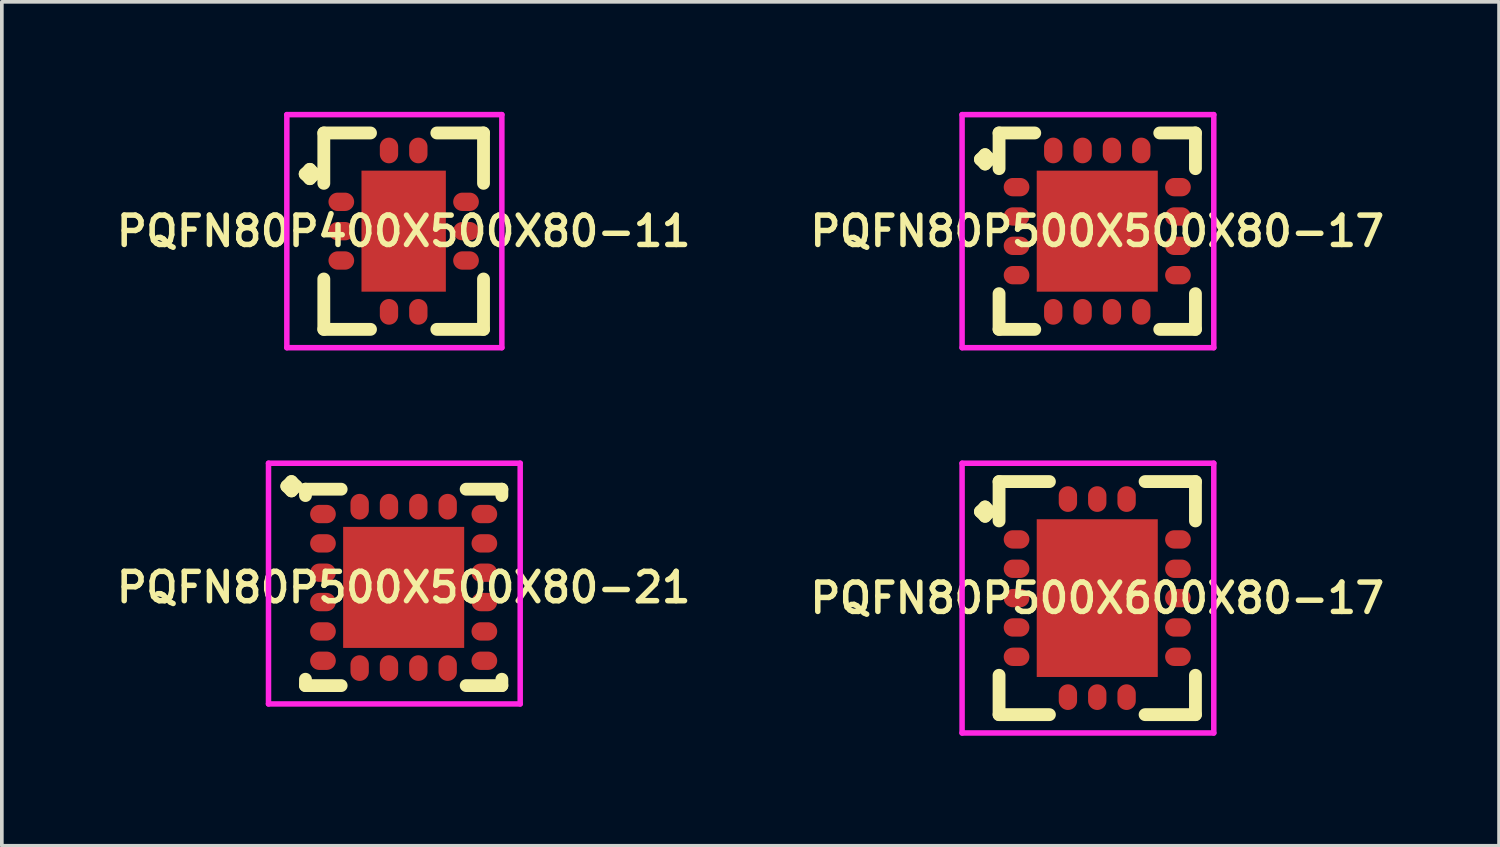
<source format=kicad_pcb>
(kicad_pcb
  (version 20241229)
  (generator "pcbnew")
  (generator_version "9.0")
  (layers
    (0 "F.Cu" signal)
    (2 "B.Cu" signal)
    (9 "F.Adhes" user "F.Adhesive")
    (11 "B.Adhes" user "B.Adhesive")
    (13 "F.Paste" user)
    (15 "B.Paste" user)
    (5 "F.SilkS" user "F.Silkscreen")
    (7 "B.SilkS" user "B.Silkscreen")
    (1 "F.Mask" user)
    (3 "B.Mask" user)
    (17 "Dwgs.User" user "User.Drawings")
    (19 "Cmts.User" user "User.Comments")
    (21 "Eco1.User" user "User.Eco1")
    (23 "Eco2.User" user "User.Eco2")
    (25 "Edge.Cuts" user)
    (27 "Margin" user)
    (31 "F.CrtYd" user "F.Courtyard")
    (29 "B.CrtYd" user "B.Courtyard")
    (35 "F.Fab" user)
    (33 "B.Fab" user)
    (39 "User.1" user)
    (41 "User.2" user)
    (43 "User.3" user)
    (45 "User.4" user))
  (footprint "PQFN80P400X500X80-11"
    (layer "F.Cu")
    (at 7.955 3.252)
    (property "Reference" "PQFN80P400X500X80-11" (at 0 0 0) (layer "F.SilkS") (effects (font (size 0.8 0.8) (thickness 0.15))))
    (attr smd)
    (fp_line (start -2.685 -1.558) (end -2.558 -1.685) (stroke (width 0.35) (type solid)) (layer "F.SilkS"))
    (fp_line (start -2.558 -1.685) (end -2.431 -1.558) (stroke (width 0.35) (type solid)) (layer "F.SilkS"))
    (fp_line (start -2.558 -1.431) (end -2.685 -1.558) (stroke (width 0.35) (type solid)) (layer "F.SilkS"))
    (fp_line (start -2.431 -1.558) (end -2.558 -1.431) (stroke (width 0.35) (type solid)) (layer "F.SilkS"))
    (fp_line (start -2.177 -2.677) (end -0.904 -2.677) (stroke (width 0.35) (type solid)) (layer "F.SilkS"))
    (fp_line (start -2.177 -1.304) (end -2.177 -2.677) (stroke (width 0.35) (type solid)) (layer "F.SilkS"))
    (fp_line (start -2.177 1.304) (end -2.177 2.677) (stroke (width 0.35) (type solid)) (layer "F.SilkS"))
    (fp_line (start -2.177 2.677) (end -0.904 2.677) (stroke (width 0.35) (type solid)) (layer "F.SilkS"))
    (fp_line (start 0.904 -2.677) (end 2.177 -2.677) (stroke (width 0.35) (type solid)) (layer "F.SilkS"))
    (fp_line (start 0.904 2.677) (end 2.177 2.677) (stroke (width 0.35) (type solid)) (layer "F.SilkS"))
    (fp_line (start 2.177 -2.677) (end 2.177 -1.304) (stroke (width 0.35) (type solid)) (layer "F.SilkS"))
    (fp_line (start 2.177 2.677) (end 2.177 1.304) (stroke (width 0.35) (type solid)) (layer "F.SilkS"))
    (fp_line (start -3.185 -3.177) (end 2.677 -3.177) (stroke (width 0.15) (type solid)) (layer "F.CrtYd"))
    (fp_line (start -3.185 3.177) (end -3.185 -3.177) (stroke (width 0.15) (type solid)) (layer "F.CrtYd"))
    (fp_line (start 2.677 -3.177) (end 2.677 3.177) (stroke (width 0.15) (type solid)) (layer "F.CrtYd"))
    (fp_line (start 2.677 3.177) (end -3.185 3.177) (stroke (width 0.15) (type solid)) (layer "F.CrtYd"))
    (pad "1" smd oval (at -1.7 -0.8) (size 0.7 0.5) (layers "F.Cu" "F.Mask" "F.Paste"))
    (pad "2" smd oval (at -1.7 0) (size 0.7 0.5) (layers "F.Cu" "F.Mask" "F.Paste"))
    (pad "3" smd oval (at -1.7 0.8) (size 0.7 0.5) (layers "F.Cu" "F.Mask" "F.Paste"))
    (pad "4" smd oval (at -0.4 2.2) (size 0.5 0.7) (layers "F.Cu" "F.Mask" "F.Paste"))
    (pad "5" smd oval (at 0.4 2.2) (size 0.5 0.7) (layers "F.Cu" "F.Mask" "F.Paste"))
    (pad "6" smd oval (at 1.7 0.8) (size 0.7 0.5) (layers "F.Cu" "F.Mask" "F.Paste"))
    (pad "7" smd oval (at 1.7 0) (size 0.7 0.5) (layers "F.Cu" "F.Mask" "F.Paste"))
    (pad "8" smd oval (at 1.7 -0.8) (size 0.7 0.5) (layers "F.Cu" "F.Mask" "F.Paste"))
    (pad "9" smd oval (at 0.4 -2.2) (size 0.5 0.7) (layers "F.Cu" "F.Mask" "F.Paste"))
    (pad "10" smd oval (at -0.4 -2.2) (size 0.5 0.7) (layers "F.Cu" "F.Mask" "F.Paste"))
    (pad "11" smd rect (at 0 0) (size 2.3 3.3) (layers "F.Cu" "F.Mask" "F.Paste")))
  (footprint "PQFN80P500X600X80-17"
    (layer "F.Cu")
    (at 26.864 13.256)
    (property "Reference" "PQFN80P500X600X80-17" (at 0 0 0) (layer "F.SilkS") (effects (font (size 0.8 0.8) (thickness 0.15))))
    (attr smd)
    (fp_line (start -3.185 -2.358) (end -3.058 -2.485) (stroke (width 0.35) (type solid)) (layer "F.SilkS"))
    (fp_line (start -3.058 -2.485) (end -2.931 -2.358) (stroke (width 0.35) (type solid)) (layer "F.SilkS"))
    (fp_line (start -3.058 -2.231) (end -3.185 -2.358) (stroke (width 0.35) (type solid)) (layer "F.SilkS"))
    (fp_line (start -2.931 -2.358) (end -3.058 -2.231) (stroke (width 0.35) (type solid)) (layer "F.SilkS"))
    (fp_line (start -2.677 -3.177) (end -1.304 -3.177) (stroke (width 0.35) (type solid)) (layer "F.SilkS"))
    (fp_line (start -2.677 -2.104) (end -2.677 -3.177) (stroke (width 0.35) (type solid)) (layer "F.SilkS"))
    (fp_line (start -2.677 2.104) (end -2.677 3.177) (stroke (width 0.35) (type solid)) (layer "F.SilkS"))
    (fp_line (start -2.677 3.177) (end -1.304 3.177) (stroke (width 0.35) (type solid)) (layer "F.SilkS"))
    (fp_line (start 1.304 -3.177) (end 2.677 -3.177) (stroke (width 0.35) (type solid)) (layer "F.SilkS"))
    (fp_line (start 1.304 3.177) (end 2.677 3.177) (stroke (width 0.35) (type solid)) (layer "F.SilkS"))
    (fp_line (start 2.677 -3.177) (end 2.677 -2.104) (stroke (width 0.35) (type solid)) (layer "F.SilkS"))
    (fp_line (start 2.677 3.177) (end 2.677 2.104) (stroke (width 0.35) (type solid)) (layer "F.SilkS"))
    (fp_line (start -3.685 -3.677) (end 3.177 -3.677) (stroke (width 0.15) (type solid)) (layer "F.CrtYd"))
    (fp_line (start -3.685 3.677) (end -3.685 -3.677) (stroke (width 0.15) (type solid)) (layer "F.CrtYd"))
    (fp_line (start 3.177 -3.677) (end 3.177 3.677) (stroke (width 0.15) (type solid)) (layer "F.CrtYd"))
    (fp_line (start 3.177 3.677) (end -3.685 3.677) (stroke (width 0.15) (type solid)) (layer "F.CrtYd"))
    (pad "1" smd oval (at -2.2 -1.6) (size 0.7 0.5) (layers "F.Cu" "F.Mask" "F.Paste"))
    (pad "2" smd oval (at -2.2 -0.8) (size 0.7 0.5) (layers "F.Cu" "F.Mask" "F.Paste"))
    (pad "3" smd oval (at -2.2 0) (size 0.7 0.5) (layers "F.Cu" "F.Mask" "F.Paste"))
    (pad "4" smd oval (at -2.2 0.8) (size 0.7 0.5) (layers "F.Cu" "F.Mask" "F.Paste"))
    (pad "5" smd oval (at -2.2 1.6) (size 0.7 0.5) (layers "F.Cu" "F.Mask" "F.Paste"))
    (pad "6" smd oval (at -0.8 2.7) (size 0.5 0.7) (layers "F.Cu" "F.Mask" "F.Paste"))
    (pad "7" smd oval (at 0 2.7) (size 0.5 0.7) (layers "F.Cu" "F.Mask" "F.Paste"))
    (pad "8" smd oval (at 0.8 2.7) (size 0.5 0.7) (layers "F.Cu" "F.Mask" "F.Paste"))
    (pad "9" smd oval (at 2.2 1.6) (size 0.7 0.5) (layers "F.Cu" "F.Mask" "F.Paste"))
    (pad "10" smd oval (at 2.2 0.8) (size 0.7 0.5) (layers "F.Cu" "F.Mask" "F.Paste"))
    (pad "11" smd oval (at 2.2 0) (size 0.7 0.5) (layers "F.Cu" "F.Mask" "F.Paste"))
    (pad "12" smd oval (at 2.2 -0.8) (size 0.7 0.5) (layers "F.Cu" "F.Mask" "F.Paste"))
    (pad "13" smd oval (at 2.2 -1.6) (size 0.7 0.5) (layers "F.Cu" "F.Mask" "F.Paste"))
    (pad "14" smd oval (at 0.8 -2.7) (size 0.5 0.7) (layers "F.Cu" "F.Mask" "F.Paste"))
    (pad "15" smd oval (at 0 -2.7) (size 0.5 0.7) (layers "F.Cu" "F.Mask" "F.Paste"))
    (pad "16" smd oval (at -0.8 -2.7) (size 0.5 0.7) (layers "F.Cu" "F.Mask" "F.Paste"))
    (pad "17" smd rect (at 0 0) (size 3.3 4.3) (layers "F.Cu" "F.Mask" "F.Paste")))
  (footprint "PQFN80P500X500X80-21"
    (layer "F.Cu")
    (at 7.955 12.964)
    (property "Reference" "PQFN80P500X500X80-21" (at 0 0 0) (layer "F.SilkS") (effects (font (size 0.8 0.8) (thickness 0.15))))
    (attr smd)
    (fp_line (start -3.185 -2.758) (end -3.058 -2.885) (stroke (width 0.35) (type solid)) (layer "F.SilkS"))
    (fp_line (start -3.058 -2.885) (end -2.931 -2.758) (stroke (width 0.35) (type solid)) (layer "F.SilkS"))
    (fp_line (start -3.058 -2.631) (end -3.185 -2.758) (stroke (width 0.35) (type solid)) (layer "F.SilkS"))
    (fp_line (start -2.931 -2.758) (end -3.058 -2.631) (stroke (width 0.35) (type solid)) (layer "F.SilkS"))
    (fp_line (start -2.677 -2.677) (end -1.704 -2.677) (stroke (width 0.35) (type solid)) (layer "F.SilkS"))
    (fp_line (start -2.677 -2.504) (end -2.677 -2.677) (stroke (width 0.35) (type solid)) (layer "F.SilkS"))
    (fp_line (start -2.677 2.504) (end -2.677 2.677) (stroke (width 0.35) (type solid)) (layer "F.SilkS"))
    (fp_line (start -2.677 2.677) (end -1.704 2.677) (stroke (width 0.35) (type solid)) (layer "F.SilkS"))
    (fp_line (start 1.704 -2.677) (end 2.677 -2.677) (stroke (width 0.35) (type solid)) (layer "F.SilkS"))
    (fp_line (start 1.704 2.677) (end 2.677 2.677) (stroke (width 0.35) (type solid)) (layer "F.SilkS"))
    (fp_line (start 2.677 -2.677) (end 2.677 -2.504) (stroke (width 0.35) (type solid)) (layer "F.SilkS"))
    (fp_line (start 2.677 2.677) (end 2.677 2.504) (stroke (width 0.35) (type solid)) (layer "F.SilkS"))
    (fp_line (start -3.685 -3.385) (end 3.177 -3.385) (stroke (width 0.15) (type solid)) (layer "F.CrtYd"))
    (fp_line (start -3.685 3.177) (end -3.685 -3.385) (stroke (width 0.15) (type solid)) (layer "F.CrtYd"))
    (fp_line (start 3.177 -3.385) (end 3.177 3.177) (stroke (width 0.15) (type solid)) (layer "F.CrtYd"))
    (fp_line (start 3.177 3.177) (end -3.685 3.177) (stroke (width 0.15) (type solid)) (layer "F.CrtYd"))
    (pad "1" smd oval (at -2.2 -2) (size 0.7 0.5) (layers "F.Cu" "F.Mask" "F.Paste"))
    (pad "2" smd oval (at -2.2 -1.2) (size 0.7 0.5) (layers "F.Cu" "F.Mask" "F.Paste"))
    (pad "3" smd oval (at -2.2 -0.4) (size 0.7 0.5) (layers "F.Cu" "F.Mask" "F.Paste"))
    (pad "4" smd oval (at -2.2 0.4) (size 0.7 0.5) (layers "F.Cu" "F.Mask" "F.Paste"))
    (pad "5" smd oval (at -2.2 1.2) (size 0.7 0.5) (layers "F.Cu" "F.Mask" "F.Paste"))
    (pad "6" smd oval (at -2.2 2) (size 0.7 0.5) (layers "F.Cu" "F.Mask" "F.Paste"))
    (pad "7" smd oval (at -1.2 2.2) (size 0.5 0.7) (layers "F.Cu" "F.Mask" "F.Paste"))
    (pad "8" smd oval (at -0.4 2.2) (size 0.5 0.7) (layers "F.Cu" "F.Mask" "F.Paste"))
    (pad "9" smd oval (at 0.4 2.2) (size 0.5 0.7) (layers "F.Cu" "F.Mask" "F.Paste"))
    (pad "10" smd oval (at 1.2 2.2) (size 0.5 0.7) (layers "F.Cu" "F.Mask" "F.Paste"))
    (pad "11" smd oval (at 2.2 2) (size 0.7 0.5) (layers "F.Cu" "F.Mask" "F.Paste"))
    (pad "12" smd oval (at 2.2 1.2) (size 0.7 0.5) (layers "F.Cu" "F.Mask" "F.Paste"))
    (pad "13" smd oval (at 2.2 0.4) (size 0.7 0.5) (layers "F.Cu" "F.Mask" "F.Paste"))
    (pad "14" smd oval (at 2.2 -0.4) (size 0.7 0.5) (layers "F.Cu" "F.Mask" "F.Paste"))
    (pad "15" smd oval (at 2.2 -1.2) (size 0.7 0.5) (layers "F.Cu" "F.Mask" "F.Paste"))
    (pad "16" smd oval (at 2.2 -2) (size 0.7 0.5) (layers "F.Cu" "F.Mask" "F.Paste"))
    (pad "17" smd oval (at 1.2 -2.2) (size 0.5 0.7) (layers "F.Cu" "F.Mask" "F.Paste"))
    (pad "18" smd oval (at 0.4 -2.2) (size 0.5 0.7) (layers "F.Cu" "F.Mask" "F.Paste"))
    (pad "19" smd oval (at -0.4 -2.2) (size 0.5 0.7) (layers "F.Cu" "F.Mask" "F.Paste"))
    (pad "20" smd oval (at -1.2 -2.2) (size 0.5 0.7) (layers "F.Cu" "F.Mask" "F.Paste"))
    (pad "21" smd rect (at 0 0) (size 3.3 3.3) (layers "F.Cu" "F.Mask" "F.Paste")))
  (footprint "PQFN80P500X500X80-17"
    (layer "F.Cu")
    (at 26.864 3.252)
    (property "Reference" "PQFN80P500X500X80-17" (at 0 0 0) (layer "F.SilkS") (effects (font (size 0.8 0.8) (thickness 0.15))))
    (attr smd)
    (fp_line (start -3.185 -1.958) (end -3.058 -2.085) (stroke (width 0.35) (type solid)) (layer "F.SilkS"))
    (fp_line (start -3.058 -2.085) (end -2.931 -1.958) (stroke (width 0.35) (type solid)) (layer "F.SilkS"))
    (fp_line (start -3.058 -1.831) (end -3.185 -1.958) (stroke (width 0.35) (type solid)) (layer "F.SilkS"))
    (fp_line (start -2.931 -1.958) (end -3.058 -1.831) (stroke (width 0.35) (type solid)) (layer "F.SilkS"))
    (fp_line (start -2.677 -2.677) (end -1.704 -2.677) (stroke (width 0.35) (type solid)) (layer "F.SilkS"))
    (fp_line (start -2.677 -1.704) (end -2.677 -2.677) (stroke (width 0.35) (type solid)) (layer "F.SilkS"))
    (fp_line (start -2.677 1.704) (end -2.677 2.677) (stroke (width 0.35) (type solid)) (layer "F.SilkS"))
    (fp_line (start -2.677 2.677) (end -1.704 2.677) (stroke (width 0.35) (type solid)) (layer "F.SilkS"))
    (fp_line (start 1.704 -2.677) (end 2.677 -2.677) (stroke (width 0.35) (type solid)) (layer "F.SilkS"))
    (fp_line (start 1.704 2.677) (end 2.677 2.677) (stroke (width 0.35) (type solid)) (layer "F.SilkS"))
    (fp_line (start 2.677 -2.677) (end 2.677 -1.704) (stroke (width 0.35) (type solid)) (layer "F.SilkS"))
    (fp_line (start 2.677 2.677) (end 2.677 1.704) (stroke (width 0.35) (type solid)) (layer "F.SilkS"))
    (fp_line (start -3.685 -3.177) (end 3.177 -3.177) (stroke (width 0.15) (type solid)) (layer "F.CrtYd"))
    (fp_line (start -3.685 3.177) (end -3.685 -3.177) (stroke (width 0.15) (type solid)) (layer "F.CrtYd"))
    (fp_line (start 3.177 -3.177) (end 3.177 3.177) (stroke (width 0.15) (type solid)) (layer "F.CrtYd"))
    (fp_line (start 3.177 3.177) (end -3.685 3.177) (stroke (width 0.15) (type solid)) (layer "F.CrtYd"))
    (pad "1" smd oval (at -2.2 -1.2) (size 0.7 0.5) (layers "F.Cu" "F.Mask" "F.Paste"))
    (pad "2" smd oval (at -2.2 -0.4) (size 0.7 0.5) (layers "F.Cu" "F.Mask" "F.Paste"))
    (pad "3" smd oval (at -2.2 0.4) (size 0.7 0.5) (layers "F.Cu" "F.Mask" "F.Paste"))
    (pad "4" smd oval (at -2.2 1.2) (size 0.7 0.5) (layers "F.Cu" "F.Mask" "F.Paste"))
    (pad "5" smd oval (at -1.2 2.2) (size 0.5 0.7) (layers "F.Cu" "F.Mask" "F.Paste"))
    (pad "6" smd oval (at -0.4 2.2) (size 0.5 0.7) (layers "F.Cu" "F.Mask" "F.Paste"))
    (pad "7" smd oval (at 0.4 2.2) (size 0.5 0.7) (layers "F.Cu" "F.Mask" "F.Paste"))
    (pad "8" smd oval (at 1.2 2.2) (size 0.5 0.7) (layers "F.Cu" "F.Mask" "F.Paste"))
    (pad "9" smd oval (at 2.2 1.2) (size 0.7 0.5) (layers "F.Cu" "F.Mask" "F.Paste"))
    (pad "10" smd oval (at 2.2 0.4) (size 0.7 0.5) (layers "F.Cu" "F.Mask" "F.Paste"))
    (pad "11" smd oval (at 2.2 -0.4) (size 0.7 0.5) (layers "F.Cu" "F.Mask" "F.Paste"))
    (pad "12" smd oval (at 2.2 -1.2) (size 0.7 0.5) (layers "F.Cu" "F.Mask" "F.Paste"))
    (pad "13" smd oval (at 1.2 -2.2) (size 0.5 0.7) (layers "F.Cu" "F.Mask" "F.Paste"))
    (pad "14" smd oval (at 0.4 -2.2) (size 0.5 0.7) (layers "F.Cu" "F.Mask" "F.Paste"))
    (pad "15" smd oval (at -0.4 -2.2) (size 0.5 0.7) (layers "F.Cu" "F.Mask" "F.Paste"))
    (pad "16" smd oval (at -1.2 -2.2) (size 0.5 0.7) (layers "F.Cu" "F.Mask" "F.Paste"))
    (pad "17" smd rect (at 0 0) (size 3.3 3.3) (layers "F.Cu" "F.Mask" "F.Paste")))
  (gr_rect
    (start -3 -3)
    (end 37.818 20.008)
    (stroke (width 0.1) (type default))
    (fill no)
    (layer "Edge.Cuts")))
</source>
